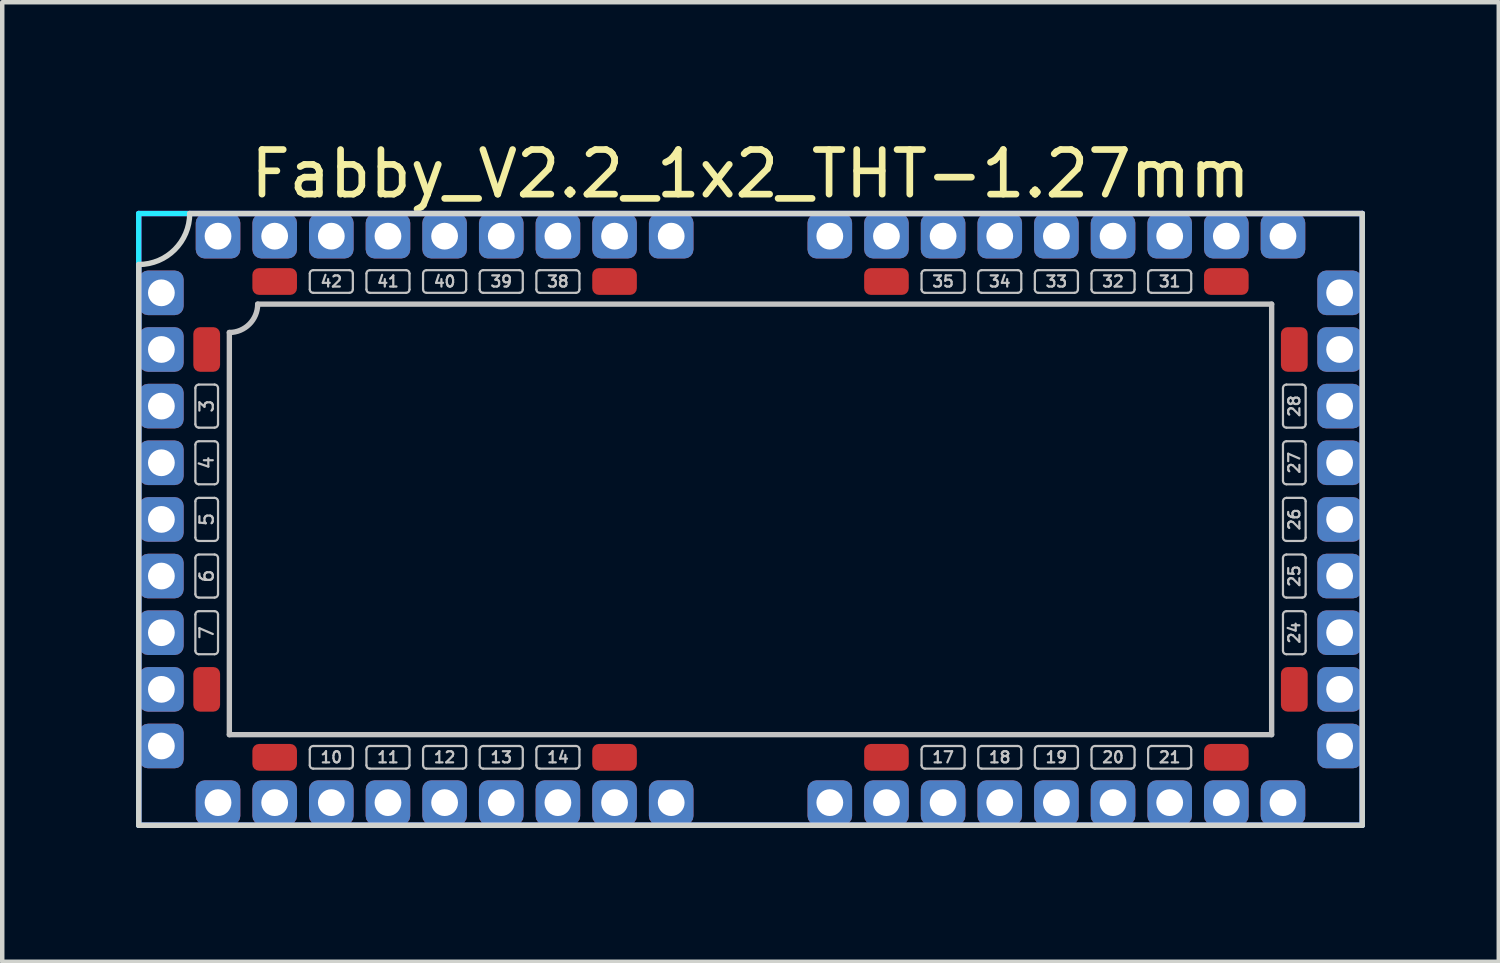
<source format=kicad_pcb>
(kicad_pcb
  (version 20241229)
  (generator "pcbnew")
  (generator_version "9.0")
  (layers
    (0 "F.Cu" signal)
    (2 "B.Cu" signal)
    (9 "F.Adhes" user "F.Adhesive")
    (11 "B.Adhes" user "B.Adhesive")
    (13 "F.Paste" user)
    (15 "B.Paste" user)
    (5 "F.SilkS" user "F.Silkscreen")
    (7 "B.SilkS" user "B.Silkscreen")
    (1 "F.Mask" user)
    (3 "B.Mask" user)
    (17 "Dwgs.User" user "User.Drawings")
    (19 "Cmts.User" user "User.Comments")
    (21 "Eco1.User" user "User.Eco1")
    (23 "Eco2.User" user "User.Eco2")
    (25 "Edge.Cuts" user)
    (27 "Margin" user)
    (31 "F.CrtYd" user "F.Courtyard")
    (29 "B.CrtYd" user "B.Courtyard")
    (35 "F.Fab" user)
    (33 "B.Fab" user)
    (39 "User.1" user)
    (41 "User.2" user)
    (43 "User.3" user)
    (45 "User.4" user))
  (footprint "Fabby_V2.2_1x2_THT-1.27mm"
    (layer "F.Cu")
    (at 13.776 8.595)
    (property "Reference" "Fabby_V2.2_1x2_THT-1.27mm" (at 0 -7.747 0) (layer "F.SilkS") (effects (font (size 1 1) (thickness 0.15))))
    (attr through_hole)
    (fp_line (start -12.446 -2.134) (end -12.446 -2.946) (stroke (width 0.05) (type solid)) (layer "Dwgs.User"))
    (fp_line (start -12.446 -0.864) (end -12.446 -1.676) (stroke (width 0.05) (type solid)) (layer "Dwgs.User"))
    (fp_line (start -12.446 0.406) (end -12.446 -0.406) (stroke (width 0.05) (type solid)) (layer "Dwgs.User"))
    (fp_line (start -12.446 1.676) (end -12.446 0.864) (stroke (width 0.05) (type solid)) (layer "Dwgs.User"))
    (fp_line (start -12.446 2.946) (end -12.446 2.134) (stroke (width 0.05) (type solid)) (layer "Dwgs.User"))
    (fp_line (start -12.37 -3.023) (end -12.014 -3.023) (stroke (width 0.05) (type solid)) (layer "Dwgs.User"))
    (fp_line (start -12.37 -2.057) (end -12.014 -2.057) (stroke (width 0.05) (type solid)) (layer "Dwgs.User"))
    (fp_line (start -12.37 -1.753) (end -12.014 -1.753) (stroke (width 0.05) (type solid)) (layer "Dwgs.User"))
    (fp_line (start -12.37 -0.787) (end -12.014 -0.787) (stroke (width 0.05) (type solid)) (layer "Dwgs.User"))
    (fp_line (start -12.37 -0.483) (end -12.014 -0.483) (stroke (width 0.05) (type solid)) (layer "Dwgs.User"))
    (fp_line (start -12.37 0.483) (end -12.014 0.483) (stroke (width 0.05) (type solid)) (layer "Dwgs.User"))
    (fp_line (start -12.37 0.787) (end -12.014 0.787) (stroke (width 0.05) (type solid)) (layer "Dwgs.User"))
    (fp_line (start -12.37 1.753) (end -12.014 1.753) (stroke (width 0.05) (type solid)) (layer "Dwgs.User"))
    (fp_line (start -12.37 2.057) (end -12.014 2.057) (stroke (width 0.05) (type solid)) (layer "Dwgs.User"))
    (fp_line (start -12.37 3.023) (end -12.014 3.023) (stroke (width 0.05) (type solid)) (layer "Dwgs.User"))
    (fp_line (start -11.938 -2.134) (end -11.938 -2.946) (stroke (width 0.05) (type solid)) (layer "Dwgs.User"))
    (fp_line (start -11.938 -0.864) (end -11.938 -1.676) (stroke (width 0.05) (type solid)) (layer "Dwgs.User"))
    (fp_line (start -11.938 0.406) (end -11.938 -0.406) (stroke (width 0.05) (type solid)) (layer "Dwgs.User"))
    (fp_line (start -11.938 1.676) (end -11.938 0.864) (stroke (width 0.05) (type solid)) (layer "Dwgs.User"))
    (fp_line (start -11.938 2.946) (end -11.938 2.134) (stroke (width 0.05) (type solid)) (layer "Dwgs.User"))
    (fp_line (start -11.684 4.826) (end -11.684 -4.191) (stroke (width 0.12) (type solid)) (layer "Dwgs.User"))
    (fp_line (start -11.049 -4.826) (end 11.684 -4.826) (stroke (width 0.12) (type solid)) (layer "Dwgs.User"))
    (fp_line (start -9.881 -5.156) (end -9.881 -5.512) (stroke (width 0.05) (type solid)) (layer "Dwgs.User"))
    (fp_line (start -9.881 5.512) (end -9.881 5.156) (stroke (width 0.05) (type solid)) (layer "Dwgs.User"))
    (fp_line (start -8.992 -5.588) (end -9.804 -5.588) (stroke (width 0.05) (type solid)) (layer "Dwgs.User"))
    (fp_line (start -8.992 -5.08) (end -9.804 -5.08) (stroke (width 0.05) (type solid)) (layer "Dwgs.User"))
    (fp_line (start -8.992 5.08) (end -9.804 5.08) (stroke (width 0.05) (type solid)) (layer "Dwgs.User"))
    (fp_line (start -8.992 5.588) (end -9.804 5.588) (stroke (width 0.05) (type solid)) (layer "Dwgs.User"))
    (fp_line (start -8.915 -5.156) (end -8.915 -5.512) (stroke (width 0.05) (type solid)) (layer "Dwgs.User"))
    (fp_line (start -8.915 5.512) (end -8.915 5.156) (stroke (width 0.05) (type solid)) (layer "Dwgs.User"))
    (fp_line (start -8.611 -5.156) (end -8.611 -5.512) (stroke (width 0.05) (type solid)) (layer "Dwgs.User"))
    (fp_line (start -8.611 5.512) (end -8.611 5.156) (stroke (width 0.05) (type solid)) (layer "Dwgs.User"))
    (fp_line (start -7.722 -5.588) (end -8.534 -5.588) (stroke (width 0.05) (type solid)) (layer "Dwgs.User"))
    (fp_line (start -7.722 -5.08) (end -8.534 -5.08) (stroke (width 0.05) (type solid)) (layer "Dwgs.User"))
    (fp_line (start -7.722 5.08) (end -8.534 5.08) (stroke (width 0.05) (type solid)) (layer "Dwgs.User"))
    (fp_line (start -7.722 5.588) (end -8.534 5.588) (stroke (width 0.05) (type solid)) (layer "Dwgs.User"))
    (fp_line (start -7.645 -5.156) (end -7.645 -5.512) (stroke (width 0.05) (type solid)) (layer "Dwgs.User"))
    (fp_line (start -7.645 5.512) (end -7.645 5.156) (stroke (width 0.05) (type solid)) (layer "Dwgs.User"))
    (fp_line (start -7.341 -5.156) (end -7.341 -5.512) (stroke (width 0.05) (type solid)) (layer "Dwgs.User"))
    (fp_line (start -7.341 5.512) (end -7.341 5.156) (stroke (width 0.05) (type solid)) (layer "Dwgs.User"))
    (fp_line (start -6.452 -5.588) (end -7.264 -5.588) (stroke (width 0.05) (type solid)) (layer "Dwgs.User"))
    (fp_line (start -6.452 -5.08) (end -7.264 -5.08) (stroke (width 0.05) (type solid)) (layer "Dwgs.User"))
    (fp_line (start -6.452 5.08) (end -7.264 5.08) (stroke (width 0.05) (type solid)) (layer "Dwgs.User"))
    (fp_line (start -6.452 5.588) (end -7.264 5.588) (stroke (width 0.05) (type solid)) (layer "Dwgs.User"))
    (fp_line (start -6.375 -5.156) (end -6.375 -5.512) (stroke (width 0.05) (type solid)) (layer "Dwgs.User"))
    (fp_line (start -6.375 5.512) (end -6.375 5.156) (stroke (width 0.05) (type solid)) (layer "Dwgs.User"))
    (fp_line (start -6.071 -5.156) (end -6.071 -5.512) (stroke (width 0.05) (type solid)) (layer "Dwgs.User"))
    (fp_line (start -6.071 5.512) (end -6.071 5.156) (stroke (width 0.05) (type solid)) (layer "Dwgs.User"))
    (fp_line (start -5.182 -5.588) (end -5.994 -5.588) (stroke (width 0.05) (type solid)) (layer "Dwgs.User"))
    (fp_line (start -5.182 -5.08) (end -5.994 -5.08) (stroke (width 0.05) (type solid)) (layer "Dwgs.User"))
    (fp_line (start -5.182 5.08) (end -5.994 5.08) (stroke (width 0.05) (type solid)) (layer "Dwgs.User"))
    (fp_line (start -5.182 5.588) (end -5.994 5.588) (stroke (width 0.05) (type solid)) (layer "Dwgs.User"))
    (fp_line (start -5.105 -5.156) (end -5.105 -5.512) (stroke (width 0.05) (type solid)) (layer "Dwgs.User"))
    (fp_line (start -5.105 5.512) (end -5.105 5.156) (stroke (width 0.05) (type solid)) (layer "Dwgs.User"))
    (fp_line (start -4.801 -5.156) (end -4.801 -5.512) (stroke (width 0.05) (type solid)) (layer "Dwgs.User"))
    (fp_line (start -4.801 5.512) (end -4.801 5.156) (stroke (width 0.05) (type solid)) (layer "Dwgs.User"))
    (fp_line (start -3.912 -5.588) (end -4.724 -5.588) (stroke (width 0.05) (type solid)) (layer "Dwgs.User"))
    (fp_line (start -3.912 -5.08) (end -4.724 -5.08) (stroke (width 0.05) (type solid)) (layer "Dwgs.User"))
    (fp_line (start -3.912 5.08) (end -4.724 5.08) (stroke (width 0.05) (type solid)) (layer "Dwgs.User"))
    (fp_line (start -3.912 5.588) (end -4.724 5.588) (stroke (width 0.05) (type solid)) (layer "Dwgs.User"))
    (fp_line (start -3.835 -5.156) (end -3.835 -5.512) (stroke (width 0.05) (type solid)) (layer "Dwgs.User"))
    (fp_line (start -3.835 5.512) (end -3.835 5.156) (stroke (width 0.05) (type solid)) (layer "Dwgs.User"))
    (fp_line (start 3.835 -5.156) (end 3.835 -5.512) (stroke (width 0.05) (type solid)) (layer "Dwgs.User"))
    (fp_line (start 3.835 5.512) (end 3.835 5.156) (stroke (width 0.05) (type solid)) (layer "Dwgs.User"))
    (fp_line (start 4.724 -5.588) (end 3.912 -5.588) (stroke (width 0.05) (type solid)) (layer "Dwgs.User"))
    (fp_line (start 4.724 -5.08) (end 3.912 -5.08) (stroke (width 0.05) (type solid)) (layer "Dwgs.User"))
    (fp_line (start 4.724 5.08) (end 3.912 5.08) (stroke (width 0.05) (type solid)) (layer "Dwgs.User"))
    (fp_line (start 4.724 5.588) (end 3.912 5.588) (stroke (width 0.05) (type solid)) (layer "Dwgs.User"))
    (fp_line (start 4.801 -5.156) (end 4.801 -5.512) (stroke (width 0.05) (type solid)) (layer "Dwgs.User"))
    (fp_line (start 4.801 5.512) (end 4.801 5.156) (stroke (width 0.05) (type solid)) (layer "Dwgs.User"))
    (fp_line (start 5.105 -5.156) (end 5.105 -5.512) (stroke (width 0.05) (type solid)) (layer "Dwgs.User"))
    (fp_line (start 5.105 5.512) (end 5.105 5.156) (stroke (width 0.05) (type solid)) (layer "Dwgs.User"))
    (fp_line (start 5.994 -5.588) (end 5.182 -5.588) (stroke (width 0.05) (type solid)) (layer "Dwgs.User"))
    (fp_line (start 5.994 -5.08) (end 5.182 -5.08) (stroke (width 0.05) (type solid)) (layer "Dwgs.User"))
    (fp_line (start 5.994 5.08) (end 5.182 5.08) (stroke (width 0.05) (type solid)) (layer "Dwgs.User"))
    (fp_line (start 5.994 5.588) (end 5.182 5.588) (stroke (width 0.05) (type solid)) (layer "Dwgs.User"))
    (fp_line (start 6.071 -5.156) (end 6.071 -5.512) (stroke (width 0.05) (type solid)) (layer "Dwgs.User"))
    (fp_line (start 6.071 5.512) (end 6.071 5.156) (stroke (width 0.05) (type solid)) (layer "Dwgs.User"))
    (fp_line (start 6.375 -5.156) (end 6.375 -5.512) (stroke (width 0.05) (type solid)) (layer "Dwgs.User"))
    (fp_line (start 6.375 5.512) (end 6.375 5.156) (stroke (width 0.05) (type solid)) (layer "Dwgs.User"))
    (fp_line (start 7.264 -5.588) (end 6.452 -5.588) (stroke (width 0.05) (type solid)) (layer "Dwgs.User"))
    (fp_line (start 7.264 -5.08) (end 6.452 -5.08) (stroke (width 0.05) (type solid)) (layer "Dwgs.User"))
    (fp_line (start 7.264 5.08) (end 6.452 5.08) (stroke (width 0.05) (type solid)) (layer "Dwgs.User"))
    (fp_line (start 7.264 5.588) (end 6.452 5.588) (stroke (width 0.05) (type solid)) (layer "Dwgs.User"))
    (fp_line (start 7.341 -5.156) (end 7.341 -5.512) (stroke (width 0.05) (type solid)) (layer "Dwgs.User"))
    (fp_line (start 7.341 5.512) (end 7.341 5.156) (stroke (width 0.05) (type solid)) (layer "Dwgs.User"))
    (fp_line (start 7.645 -5.156) (end 7.645 -5.512) (stroke (width 0.05) (type solid)) (layer "Dwgs.User"))
    (fp_line (start 7.645 5.512) (end 7.645 5.156) (stroke (width 0.05) (type solid)) (layer "Dwgs.User"))
    (fp_line (start 8.534 -5.588) (end 7.722 -5.588) (stroke (width 0.05) (type solid)) (layer "Dwgs.User"))
    (fp_line (start 8.534 -5.08) (end 7.722 -5.08) (stroke (width 0.05) (type solid)) (layer "Dwgs.User"))
    (fp_line (start 8.534 5.08) (end 7.722 5.08) (stroke (width 0.05) (type solid)) (layer "Dwgs.User"))
    (fp_line (start 8.534 5.588) (end 7.722 5.588) (stroke (width 0.05) (type solid)) (layer "Dwgs.User"))
    (fp_line (start 8.611 -5.156) (end 8.611 -5.512) (stroke (width 0.05) (type solid)) (layer "Dwgs.User"))
    (fp_line (start 8.611 5.512) (end 8.611 5.156) (stroke (width 0.05) (type solid)) (layer "Dwgs.User"))
    (fp_line (start 8.915 -5.156) (end 8.915 -5.512) (stroke (width 0.05) (type solid)) (layer "Dwgs.User"))
    (fp_line (start 8.915 5.512) (end 8.915 5.156) (stroke (width 0.05) (type solid)) (layer "Dwgs.User"))
    (fp_line (start 9.804 -5.588) (end 8.992 -5.588) (stroke (width 0.05) (type solid)) (layer "Dwgs.User"))
    (fp_line (start 9.804 -5.08) (end 8.992 -5.08) (stroke (width 0.05) (type solid)) (layer "Dwgs.User"))
    (fp_line (start 9.804 5.08) (end 8.992 5.08) (stroke (width 0.05) (type solid)) (layer "Dwgs.User"))
    (fp_line (start 9.804 5.588) (end 8.992 5.588) (stroke (width 0.05) (type solid)) (layer "Dwgs.User"))
    (fp_line (start 9.881 -5.156) (end 9.881 -5.512) (stroke (width 0.05) (type solid)) (layer "Dwgs.User"))
    (fp_line (start 9.881 5.512) (end 9.881 5.156) (stroke (width 0.05) (type solid)) (layer "Dwgs.User"))
    (fp_line (start 11.684 -4.826) (end 11.684 4.826) (stroke (width 0.12) (type solid)) (layer "Dwgs.User"))
    (fp_line (start 11.684 4.826) (end -11.684 4.826) (stroke (width 0.12) (type solid)) (layer "Dwgs.User"))
    (fp_line (start 11.938 -2.134) (end 11.938 -2.946) (stroke (width 0.05) (type solid)) (layer "Dwgs.User"))
    (fp_line (start 11.938 -0.864) (end 11.938 -1.676) (stroke (width 0.05) (type solid)) (layer "Dwgs.User"))
    (fp_line (start 11.938 0.406) (end 11.938 -0.406) (stroke (width 0.05) (type solid)) (layer "Dwgs.User"))
    (fp_line (start 11.938 1.676) (end 11.938 0.864) (stroke (width 0.05) (type solid)) (layer "Dwgs.User"))
    (fp_line (start 11.938 2.946) (end 11.938 2.134) (stroke (width 0.05) (type solid)) (layer "Dwgs.User"))
    (fp_line (start 12.014 -3.023) (end 12.37 -3.023) (stroke (width 0.05) (type solid)) (layer "Dwgs.User"))
    (fp_line (start 12.014 -2.057) (end 12.37 -2.057) (stroke (width 0.05) (type solid)) (layer "Dwgs.User"))
    (fp_line (start 12.014 -1.753) (end 12.37 -1.753) (stroke (width 0.05) (type solid)) (layer "Dwgs.User"))
    (fp_line (start 12.014 -0.787) (end 12.37 -0.787) (stroke (width 0.05) (type solid)) (layer "Dwgs.User"))
    (fp_line (start 12.014 -0.483) (end 12.37 -0.483) (stroke (width 0.05) (type solid)) (layer "Dwgs.User"))
    (fp_line (start 12.014 0.483) (end 12.37 0.483) (stroke (width 0.05) (type solid)) (layer "Dwgs.User"))
    (fp_line (start 12.014 0.787) (end 12.37 0.787) (stroke (width 0.05) (type solid)) (layer "Dwgs.User"))
    (fp_line (start 12.014 1.753) (end 12.37 1.753) (stroke (width 0.05) (type solid)) (layer "Dwgs.User"))
    (fp_line (start 12.014 2.057) (end 12.37 2.057) (stroke (width 0.05) (type solid)) (layer "Dwgs.User"))
    (fp_line (start 12.014 3.023) (end 12.37 3.023) (stroke (width 0.05) (type solid)) (layer "Dwgs.User"))
    (fp_line (start 12.446 -2.134) (end 12.446 -2.946) (stroke (width 0.05) (type solid)) (layer "Dwgs.User"))
    (fp_line (start 12.446 -0.864) (end 12.446 -1.676) (stroke (width 0.05) (type solid)) (layer "Dwgs.User"))
    (fp_line (start 12.446 0.406) (end 12.446 -0.406) (stroke (width 0.05) (type solid)) (layer "Dwgs.User"))
    (fp_line (start 12.446 1.676) (end 12.446 0.864) (stroke (width 0.05) (type solid)) (layer "Dwgs.User"))
    (fp_line (start 12.446 2.946) (end 12.446 2.134) (stroke (width 0.05) (type solid)) (layer "Dwgs.User"))
    (fp_arc (start -12.446 -2.9464) (mid -12.423682 -3.000282) (end -12.3698 -3.0226) (stroke (width 0.05) (type solid)) (layer "Dwgs.User"))
    (fp_arc (start -12.446 -1.6764) (mid -12.423682 -1.730282) (end -12.3698 -1.7526) (stroke (width 0.05) (type solid)) (layer "Dwgs.User"))
    (fp_arc (start -12.446 -0.4064) (mid -12.423682 -0.460282) (end -12.3698 -0.4826) (stroke (width 0.05) (type solid)) (layer "Dwgs.User"))
    (fp_arc (start -12.446 0.8636) (mid -12.423682 0.809718) (end -12.3698 0.7874) (stroke (width 0.05) (type solid)) (layer "Dwgs.User"))
    (fp_arc (start -12.446 2.1336) (mid -12.423682 2.079718) (end -12.3698 2.0574) (stroke (width 0.05) (type solid)) (layer "Dwgs.User"))
    (fp_arc (start -12.3698 -2.0574) (mid -12.423682 -2.079718) (end -12.446 -2.1336) (stroke (width 0.05) (type solid)) (layer "Dwgs.User"))
    (fp_arc (start -12.3698 -0.7874) (mid -12.423682 -0.809718) (end -12.446 -0.8636) (stroke (width 0.05) (type solid)) (layer "Dwgs.User"))
    (fp_arc (start -12.3698 0.4826) (mid -12.423682 0.460282) (end -12.446 0.4064) (stroke (width 0.05) (type solid)) (layer "Dwgs.User"))
    (fp_arc (start -12.3698 1.7526) (mid -12.423682 1.730282) (end -12.446 1.6764) (stroke (width 0.05) (type solid)) (layer "Dwgs.User"))
    (fp_arc (start -12.3698 3.0226) (mid -12.423682 3.000282) (end -12.446 2.9464) (stroke (width 0.05) (type solid)) (layer "Dwgs.User"))
    (fp_arc (start -12.0142 -3.0226) (mid -11.960318 -3.000282) (end -11.938 -2.9464) (stroke (width 0.05) (type solid)) (layer "Dwgs.User"))
    (fp_arc (start -12.0142 -1.7526) (mid -11.960318 -1.730282) (end -11.938 -1.6764) (stroke (width 0.05) (type solid)) (layer "Dwgs.User"))
    (fp_arc (start -12.0142 -0.4826) (mid -11.960318 -0.460282) (end -11.938 -0.4064) (stroke (width 0.05) (type solid)) (layer "Dwgs.User"))
    (fp_arc (start -12.0142 0.7874) (mid -11.960318 0.809718) (end -11.938 0.8636) (stroke (width 0.05) (type solid)) (layer "Dwgs.User"))
    (fp_arc (start -12.0142 2.0574) (mid -11.960318 2.079718) (end -11.938 2.1336) (stroke (width 0.05) (type solid)) (layer "Dwgs.User"))
    (fp_arc (start -11.938 -2.1336) (mid -11.960318 -2.079718) (end -12.0142 -2.0574) (stroke (width 0.05) (type solid)) (layer "Dwgs.User"))
    (fp_arc (start -11.938 -0.8636) (mid -11.960318 -0.809718) (end -12.0142 -0.7874) (stroke (width 0.05) (type solid)) (layer "Dwgs.User"))
    (fp_arc (start -11.938 0.4064) (mid -11.960318 0.460282) (end -12.0142 0.4826) (stroke (width 0.05) (type solid)) (layer "Dwgs.User"))
    (fp_arc (start -11.938 1.6764) (mid -11.960318 1.730282) (end -12.0142 1.7526) (stroke (width 0.05) (type solid)) (layer "Dwgs.User"))
    (fp_arc (start -11.938 2.9464) (mid -11.960318 3.000282) (end -12.0142 3.0226) (stroke (width 0.05) (type solid)) (layer "Dwgs.User"))
    (fp_arc (start -11.049 -4.826) (mid -11.234987 -4.376987) (end -11.684 -4.191) (stroke (width 0.12) (type solid)) (layer "Dwgs.User"))
    (fp_arc (start -9.8806 -5.5118) (mid -9.858282 -5.565682) (end -9.8044 -5.588) (stroke (width 0.05) (type solid)) (layer "Dwgs.User"))
    (fp_arc (start -9.8806 5.1562) (mid -9.858282 5.102318) (end -9.8044 5.08) (stroke (width 0.05) (type solid)) (layer "Dwgs.User"))
    (fp_arc (start -9.8044 -5.08) (mid -9.858282 -5.102318) (end -9.8806 -5.1562) (stroke (width 0.05) (type solid)) (layer "Dwgs.User"))
    (fp_arc (start -9.8044 5.588) (mid -9.858282 5.565682) (end -9.8806 5.5118) (stroke (width 0.05) (type solid)) (layer "Dwgs.User"))
    (fp_arc (start -8.9916 -5.588) (mid -8.937718 -5.565682) (end -8.9154 -5.5118) (stroke (width 0.05) (type solid)) (layer "Dwgs.User"))
    (fp_arc (start -8.9916 5.08) (mid -8.937718 5.102318) (end -8.9154 5.1562) (stroke (width 0.05) (type solid)) (layer "Dwgs.User"))
    (fp_arc (start -8.9154 -5.1562) (mid -8.937718 -5.102318) (end -8.9916 -5.08) (stroke (width 0.05) (type solid)) (layer "Dwgs.User"))
    (fp_arc (start -8.9154 5.5118) (mid -8.937718 5.565682) (end -8.9916 5.588) (stroke (width 0.05) (type solid)) (layer "Dwgs.User"))
    (fp_arc (start -8.6106 -5.5118) (mid -8.588282 -5.565682) (end -8.5344 -5.588) (stroke (width 0.05) (type solid)) (layer "Dwgs.User"))
    (fp_arc (start -8.6106 5.1562) (mid -8.588282 5.102318) (end -8.5344 5.08) (stroke (width 0.05) (type solid)) (layer "Dwgs.User"))
    (fp_arc (start -8.5344 -5.08) (mid -8.588282 -5.102318) (end -8.6106 -5.1562) (stroke (width 0.05) (type solid)) (layer "Dwgs.User"))
    (fp_arc (start -8.5344 5.588) (mid -8.588282 5.565682) (end -8.6106 5.5118) (stroke (width 0.05) (type solid)) (layer "Dwgs.User"))
    (fp_arc (start -7.7216 -5.588) (mid -7.667718 -5.565682) (end -7.6454 -5.5118) (stroke (width 0.05) (type solid)) (layer "Dwgs.User"))
    (fp_arc (start -7.7216 5.08) (mid -7.667718 5.102318) (end -7.6454 5.1562) (stroke (width 0.05) (type solid)) (layer "Dwgs.User"))
    (fp_arc (start -7.6454 -5.1562) (mid -7.667718 -5.102318) (end -7.7216 -5.08) (stroke (width 0.05) (type solid)) (layer "Dwgs.User"))
    (fp_arc (start -7.6454 5.5118) (mid -7.667718 5.565682) (end -7.7216 5.588) (stroke (width 0.05) (type solid)) (layer "Dwgs.User"))
    (fp_arc (start -7.3406 -5.5118) (mid -7.318282 -5.565682) (end -7.2644 -5.588) (stroke (width 0.05) (type solid)) (layer "Dwgs.User"))
    (fp_arc (start -7.3406 5.1562) (mid -7.318282 5.102318) (end -7.2644 5.08) (stroke (width 0.05) (type solid)) (layer "Dwgs.User"))
    (fp_arc (start -7.2644 -5.08) (mid -7.318282 -5.102318) (end -7.3406 -5.1562) (stroke (width 0.05) (type solid)) (layer "Dwgs.User"))
    (fp_arc (start -7.2644 5.588) (mid -7.318282 5.565682) (end -7.3406 5.5118) (stroke (width 0.05) (type solid)) (layer "Dwgs.User"))
    (fp_arc (start -6.4516 -5.588) (mid -6.397718 -5.565682) (end -6.3754 -5.5118) (stroke (width 0.05) (type solid)) (layer "Dwgs.User"))
    (fp_arc (start -6.4516 5.08) (mid -6.397718 5.102318) (end -6.3754 5.1562) (stroke (width 0.05) (type solid)) (layer "Dwgs.User"))
    (fp_arc (start -6.3754 -5.1562) (mid -6.397718 -5.102318) (end -6.4516 -5.08) (stroke (width 0.05) (type solid)) (layer "Dwgs.User"))
    (fp_arc (start -6.3754 5.5118) (mid -6.397718 5.565682) (end -6.4516 5.588) (stroke (width 0.05) (type solid)) (layer "Dwgs.User"))
    (fp_arc (start -6.0706 -5.5118) (mid -6.048282 -5.565682) (end -5.9944 -5.588) (stroke (width 0.05) (type solid)) (layer "Dwgs.User"))
    (fp_arc (start -6.0706 5.1562) (mid -6.048282 5.102318) (end -5.9944 5.08) (stroke (width 0.05) (type solid)) (layer "Dwgs.User"))
    (fp_arc (start -5.9944 -5.08) (mid -6.048282 -5.102318) (end -6.0706 -5.1562) (stroke (width 0.05) (type solid)) (layer "Dwgs.User"))
    (fp_arc (start -5.9944 5.588) (mid -6.048282 5.565682) (end -6.0706 5.5118) (stroke (width 0.05) (type solid)) (layer "Dwgs.User"))
    (fp_arc (start -5.1816 -5.588) (mid -5.127718 -5.565682) (end -5.1054 -5.5118) (stroke (width 0.05) (type solid)) (layer "Dwgs.User"))
    (fp_arc (start -5.1816 5.08) (mid -5.127718 5.102318) (end -5.1054 5.1562) (stroke (width 0.05) (type solid)) (layer "Dwgs.User"))
    (fp_arc (start -5.1054 -5.1562) (mid -5.127718 -5.102318) (end -5.1816 -5.08) (stroke (width 0.05) (type solid)) (layer "Dwgs.User"))
    (fp_arc (start -5.1054 5.5118) (mid -5.127718 5.565682) (end -5.1816 5.588) (stroke (width 0.05) (type solid)) (layer "Dwgs.User"))
    (fp_arc (start -4.8006 -5.5118) (mid -4.778282 -5.565682) (end -4.7244 -5.588) (stroke (width 0.05) (type solid)) (layer "Dwgs.User"))
    (fp_arc (start -4.8006 5.1562) (mid -4.778282 5.102318) (end -4.7244 5.08) (stroke (width 0.05) (type solid)) (layer "Dwgs.User"))
    (fp_arc (start -4.7244 -5.08) (mid -4.778282 -5.102318) (end -4.8006 -5.1562) (stroke (width 0.05) (type solid)) (layer "Dwgs.User"))
    (fp_arc (start -4.7244 5.588) (mid -4.778282 5.565682) (end -4.8006 5.5118) (stroke (width 0.05) (type solid)) (layer "Dwgs.User"))
    (fp_arc (start -3.9116 -5.588) (mid -3.857718 -5.565682) (end -3.8354 -5.5118) (stroke (width 0.05) (type solid)) (layer "Dwgs.User"))
    (fp_arc (start -3.9116 5.08) (mid -3.857718 5.102318) (end -3.8354 5.1562) (stroke (width 0.05) (type solid)) (layer "Dwgs.User"))
    (fp_arc (start -3.8354 -5.1562) (mid -3.857718 -5.102318) (end -3.9116 -5.08) (stroke (width 0.05) (type solid)) (layer "Dwgs.User"))
    (fp_arc (start -3.8354 5.5118) (mid -3.857718 5.565682) (end -3.9116 5.588) (stroke (width 0.05) (type solid)) (layer "Dwgs.User"))
    (fp_arc (start 3.8354 -5.5118) (mid 3.857718 -5.565682) (end 3.9116 -5.588) (stroke (width 0.05) (type solid)) (layer "Dwgs.User"))
    (fp_arc (start 3.8354 5.1562) (mid 3.857718 5.102318) (end 3.9116 5.08) (stroke (width 0.05) (type solid)) (layer "Dwgs.User"))
    (fp_arc (start 3.9116 -5.08) (mid 3.857718 -5.102318) (end 3.8354 -5.1562) (stroke (width 0.05) (type solid)) (layer "Dwgs.User"))
    (fp_arc (start 3.9116 5.588) (mid 3.857718 5.565682) (end 3.8354 5.5118) (stroke (width 0.05) (type solid)) (layer "Dwgs.User"))
    (fp_arc (start 4.7244 -5.588) (mid 4.778282 -5.565682) (end 4.8006 -5.5118) (stroke (width 0.05) (type solid)) (layer "Dwgs.User"))
    (fp_arc (start 4.7244 5.08) (mid 4.778282 5.102318) (end 4.8006 5.1562) (stroke (width 0.05) (type solid)) (layer "Dwgs.User"))
    (fp_arc (start 4.8006 -5.1562) (mid 4.778282 -5.102318) (end 4.7244 -5.08) (stroke (width 0.05) (type solid)) (layer "Dwgs.User"))
    (fp_arc (start 4.8006 5.5118) (mid 4.778282 5.565682) (end 4.7244 5.588) (stroke (width 0.05) (type solid)) (layer "Dwgs.User"))
    (fp_arc (start 5.1054 -5.5118) (mid 5.127718 -5.565682) (end 5.1816 -5.588) (stroke (width 0.05) (type solid)) (layer "Dwgs.User"))
    (fp_arc (start 5.1054 5.1562) (mid 5.127718 5.102318) (end 5.1816 5.08) (stroke (width 0.05) (type solid)) (layer "Dwgs.User"))
    (fp_arc (start 5.1816 -5.08) (mid 5.127718 -5.102318) (end 5.1054 -5.1562) (stroke (width 0.05) (type solid)) (layer "Dwgs.User"))
    (fp_arc (start 5.1816 5.588) (mid 5.127718 5.565682) (end 5.1054 5.5118) (stroke (width 0.05) (type solid)) (layer "Dwgs.User"))
    (fp_arc (start 5.9944 -5.588) (mid 6.048282 -5.565682) (end 6.0706 -5.5118) (stroke (width 0.05) (type solid)) (layer "Dwgs.User"))
    (fp_arc (start 5.9944 5.08) (mid 6.048282 5.102318) (end 6.0706 5.1562) (stroke (width 0.05) (type solid)) (layer "Dwgs.User"))
    (fp_arc (start 6.0706 -5.1562) (mid 6.048282 -5.102318) (end 5.9944 -5.08) (stroke (width 0.05) (type solid)) (layer "Dwgs.User"))
    (fp_arc (start 6.0706 5.5118) (mid 6.048282 5.565682) (end 5.9944 5.588) (stroke (width 0.05) (type solid)) (layer "Dwgs.User"))
    (fp_arc (start 6.3754 -5.5118) (mid 6.397718 -5.565682) (end 6.4516 -5.588) (stroke (width 0.05) (type solid)) (layer "Dwgs.User"))
    (fp_arc (start 6.3754 5.1562) (mid 6.397718 5.102318) (end 6.4516 5.08) (stroke (width 0.05) (type solid)) (layer "Dwgs.User"))
    (fp_arc (start 6.4516 -5.08) (mid 6.397718 -5.102318) (end 6.3754 -5.1562) (stroke (width 0.05) (type solid)) (layer "Dwgs.User"))
    (fp_arc (start 6.4516 5.588) (mid 6.397718 5.565682) (end 6.3754 5.5118) (stroke (width 0.05) (type solid)) (layer "Dwgs.User"))
    (fp_arc (start 7.2644 -5.588) (mid 7.318282 -5.565682) (end 7.3406 -5.5118) (stroke (width 0.05) (type solid)) (layer "Dwgs.User"))
    (fp_arc (start 7.2644 5.08) (mid 7.318282 5.102318) (end 7.3406 5.1562) (stroke (width 0.05) (type solid)) (layer "Dwgs.User"))
    (fp_arc (start 7.3406 -5.1562) (mid 7.318282 -5.102318) (end 7.2644 -5.08) (stroke (width 0.05) (type solid)) (layer "Dwgs.User"))
    (fp_arc (start 7.3406 5.5118) (mid 7.318282 5.565682) (end 7.2644 5.588) (stroke (width 0.05) (type solid)) (layer "Dwgs.User"))
    (fp_arc (start 7.6454 -5.5118) (mid 7.667718 -5.565682) (end 7.7216 -5.588) (stroke (width 0.05) (type solid)) (layer "Dwgs.User"))
    (fp_arc (start 7.6454 5.1562) (mid 7.667718 5.102318) (end 7.7216 5.08) (stroke (width 0.05) (type solid)) (layer "Dwgs.User"))
    (fp_arc (start 7.7216 -5.08) (mid 7.667718 -5.102318) (end 7.6454 -5.1562) (stroke (width 0.05) (type solid)) (layer "Dwgs.User"))
    (fp_arc (start 7.7216 5.588) (mid 7.667718 5.565682) (end 7.6454 5.5118) (stroke (width 0.05) (type solid)) (layer "Dwgs.User"))
    (fp_arc (start 8.5344 -5.588) (mid 8.588282 -5.565682) (end 8.6106 -5.5118) (stroke (width 0.05) (type solid)) (layer "Dwgs.User"))
    (fp_arc (start 8.5344 5.08) (mid 8.588282 5.102318) (end 8.6106 5.1562) (stroke (width 0.05) (type solid)) (layer "Dwgs.User"))
    (fp_arc (start 8.6106 -5.1562) (mid 8.588282 -5.102318) (end 8.5344 -5.08) (stroke (width 0.05) (type solid)) (layer "Dwgs.User"))
    (fp_arc (start 8.6106 5.5118) (mid 8.588282 5.565682) (end 8.5344 5.588) (stroke (width 0.05) (type solid)) (layer "Dwgs.User"))
    (fp_arc (start 8.9154 -5.5118) (mid 8.937718 -5.565682) (end 8.9916 -5.588) (stroke (width 0.05) (type solid)) (layer "Dwgs.User"))
    (fp_arc (start 8.9154 5.1562) (mid 8.937718 5.102318) (end 8.9916 5.08) (stroke (width 0.05) (type solid)) (layer "Dwgs.User"))
    (fp_arc (start 8.9916 -5.08) (mid 8.937718 -5.102318) (end 8.9154 -5.1562) (stroke (width 0.05) (type solid)) (layer "Dwgs.User"))
    (fp_arc (start 8.9916 5.588) (mid 8.937718 5.565682) (end 8.9154 5.5118) (stroke (width 0.05) (type solid)) (layer "Dwgs.User"))
    (fp_arc (start 9.8044 -5.588) (mid 9.858282 -5.565682) (end 9.8806 -5.5118) (stroke (width 0.05) (type solid)) (layer "Dwgs.User"))
    (fp_arc (start 9.8044 5.08) (mid 9.858282 5.102318) (end 9.8806 5.1562) (stroke (width 0.05) (type solid)) (layer "Dwgs.User"))
    (fp_arc (start 9.8806 -5.1562) (mid 9.858282 -5.102318) (end 9.8044 -5.08) (stroke (width 0.05) (type solid)) (layer "Dwgs.User"))
    (fp_arc (start 9.8806 5.5118) (mid 9.858282 5.565682) (end 9.8044 5.588) (stroke (width 0.05) (type solid)) (layer "Dwgs.User"))
    (fp_arc (start 11.938 -2.9464) (mid 11.960318 -3.000282) (end 12.0142 -3.0226) (stroke (width 0.05) (type solid)) (layer "Dwgs.User"))
    (fp_arc (start 11.938 -1.6764) (mid 11.960318 -1.730282) (end 12.0142 -1.7526) (stroke (width 0.05) (type solid)) (layer "Dwgs.User"))
    (fp_arc (start 11.938 -0.4064) (mid 11.960318 -0.460282) (end 12.0142 -0.4826) (stroke (width 0.05) (type solid)) (layer "Dwgs.User"))
    (fp_arc (start 11.938 0.8636) (mid 11.960318 0.809718) (end 12.0142 0.7874) (stroke (width 0.05) (type solid)) (layer "Dwgs.User"))
    (fp_arc (start 11.938 2.1336) (mid 11.960318 2.079718) (end 12.0142 2.0574) (stroke (width 0.05) (type solid)) (layer "Dwgs.User"))
    (fp_arc (start 12.0142 -2.0574) (mid 11.960318 -2.079718) (end 11.938 -2.1336) (stroke (width 0.05) (type solid)) (layer "Dwgs.User"))
    (fp_arc (start 12.0142 -0.7874) (mid 11.960318 -0.809718) (end 11.938 -0.8636) (stroke (width 0.05) (type solid)) (layer "Dwgs.User"))
    (fp_arc (start 12.0142 0.4826) (mid 11.960318 0.460282) (end 11.938 0.4064) (stroke (width 0.05) (type solid)) (layer "Dwgs.User"))
    (fp_arc (start 12.0142 1.7526) (mid 11.960318 1.730282) (end 11.938 1.6764) (stroke (width 0.05) (type solid)) (layer "Dwgs.User"))
    (fp_arc (start 12.0142 3.0226) (mid 11.960318 3.000282) (end 11.938 2.9464) (stroke (width 0.05) (type solid)) (layer "Dwgs.User"))
    (fp_arc (start 12.3698 -3.0226) (mid 12.423682 -3.000282) (end 12.446 -2.9464) (stroke (width 0.05) (type solid)) (layer "Dwgs.User"))
    (fp_arc (start 12.3698 -1.7526) (mid 12.423682 -1.730282) (end 12.446 -1.6764) (stroke (width 0.05) (type solid)) (layer "Dwgs.User"))
    (fp_arc (start 12.3698 -0.4826) (mid 12.423682 -0.460282) (end 12.446 -0.4064) (stroke (width 0.05) (type solid)) (layer "Dwgs.User"))
    (fp_arc (start 12.3698 0.7874) (mid 12.423682 0.809718) (end 12.446 0.8636) (stroke (width 0.05) (type solid)) (layer "Dwgs.User"))
    (fp_arc (start 12.3698 2.0574) (mid 12.423682 2.079718) (end 12.446 2.1336) (stroke (width 0.05) (type solid)) (layer "Dwgs.User"))
    (fp_arc (start 12.446 -2.1336) (mid 12.423682 -2.079718) (end 12.3698 -2.0574) (stroke (width 0.05) (type solid)) (layer "Dwgs.User"))
    (fp_arc (start 12.446 -0.8636) (mid 12.423682 -0.809718) (end 12.3698 -0.7874) (stroke (width 0.05) (type solid)) (layer "Dwgs.User"))
    (fp_arc (start 12.446 0.4064) (mid 12.423682 0.460282) (end 12.3698 0.4826) (stroke (width 0.05) (type solid)) (layer "Dwgs.User"))
    (fp_arc (start 12.446 1.6764) (mid 12.423682 1.730282) (end 12.3698 1.7526) (stroke (width 0.05) (type solid)) (layer "Dwgs.User"))
    (fp_arc (start 12.446 2.9464) (mid 12.423682 3.000282) (end 12.3698 3.0226) (stroke (width 0.05) (type solid)) (layer "Dwgs.User"))
    (fp_line (start -13.716 -5.715) (end -13.716 6.858) (stroke (width 0.12) (type solid)) (layer "Edge.Cuts"))
    (fp_line (start -13.716 6.858) (end 13.716 6.858) (stroke (width 0.12) (type solid)) (layer "Edge.Cuts"))
    (fp_line (start -12.573 -6.858) (end 13.716 -6.858) (stroke (width 0.12) (type solid)) (layer "Edge.Cuts"))
    (fp_line (start 13.716 -6.858) (end 13.716 6.858) (stroke (width 0.12) (type solid)) (layer "Edge.Cuts"))
    (fp_arc (start -12.573 -6.858) (mid -12.907777 -6.049777) (end -13.716 -5.715) (stroke (width 0.12) (type solid)) (layer "Edge.Cuts"))
    (fp_line (start -13.716 -6.858) (end 13.716 -6.858) (stroke (width 0.12) (type solid)) (layer "B.CrtYd"))
    (fp_line (start -13.716 6.858) (end -13.716 -6.858) (stroke (width 0.12) (type solid)) (layer "B.CrtYd"))
    (fp_line (start 13.716 -6.858) (end 13.716 6.858) (stroke (width 0.12) (type solid)) (layer "B.CrtYd"))
    (fp_line (start 13.716 6.858) (end -13.716 6.858) (stroke (width 0.12) (type solid)) (layer "B.CrtYd"))
    (fp_line (start -13.716 -6.858) (end 13.716 -6.858) (stroke (width 0.12) (type solid)) (layer "F.CrtYd"))
    (fp_line (start -13.716 6.858) (end -13.716 -6.858) (stroke (width 0.12) (type solid)) (layer "F.CrtYd"))
    (fp_line (start 13.716 -6.858) (end 13.716 6.858) (stroke (width 0.12) (type solid)) (layer "F.CrtYd"))
    (fp_line (start 13.716 6.858) (end -13.716 6.858) (stroke (width 0.12) (type solid)) (layer "F.CrtYd"))
    (fp_text user "26" (at 12.192 0 270) (layer "Dwgs.User") (effects (font (size 0.25 0.25) (thickness 0.05))))
    (fp_text user "27" (at 12.192 -1.27 270) (layer "Dwgs.User") (effects (font (size 0.25 0.25) (thickness 0.05))))
    (fp_text user "7" (at -12.192 2.54 90) (layer "Dwgs.User") (effects (font (size 0.3 0.3) (thickness 0.05))))
    (fp_text user "40" (at -6.858 -5.334 0) (layer "Dwgs.User") (effects (font (size 0.25 0.25) (thickness 0.05))))
    (fp_text user "39" (at -5.588 -5.334 0) (layer "Dwgs.User") (effects (font (size 0.25 0.25) (thickness 0.05))))
    (fp_text user "28" (at 12.192 -2.54 270) (layer "Dwgs.User") (effects (font (size 0.25 0.25) (thickness 0.05))))
    (fp_text user "6" (at -12.192 1.27 90) (layer "Dwgs.User") (effects (font (size 0.3 0.3) (thickness 0.05))))
    (fp_text user "17" (at 4.318 5.334 0) (layer "Dwgs.User") (effects (font (size 0.25 0.25) (thickness 0.05))))
    (fp_text user "5" (at -12.192 0 90) (layer "Dwgs.User") (effects (font (size 0.3 0.3) (thickness 0.05))))
    (fp_text user "12" (at -6.858 5.334 0) (layer "Dwgs.User") (effects (font (size 0.25 0.25) (thickness 0.05))))
    (fp_text user "25" (at 12.192 1.27 270) (layer "Dwgs.User") (effects (font (size 0.25 0.25) (thickness 0.05))))
    (fp_text user "32" (at 8.128 -5.334 0) (layer "Dwgs.User") (effects (font (size 0.25 0.25) (thickness 0.05))))
    (fp_text user "19" (at 6.858 5.334 0) (layer "Dwgs.User") (effects (font (size 0.25 0.25) (thickness 0.05))))
    (fp_text user "24" (at 12.192 2.54 270) (layer "Dwgs.User") (effects (font (size 0.25 0.25) (thickness 0.05))))
    (fp_text user "4" (at -12.192 -1.27 90) (layer "Dwgs.User") (effects (font (size 0.3 0.3) (thickness 0.05))))
    (fp_text user "42" (at -9.398 -5.334 0) (layer "Dwgs.User") (effects (font (size 0.25 0.25) (thickness 0.05))))
    (fp_text user "18" (at 5.588 5.334 0) (layer "Dwgs.User") (effects (font (size 0.25 0.25) (thickness 0.05))))
    (fp_text user "11" (at -8.128 5.334 0) (layer "Dwgs.User") (effects (font (size 0.25 0.25) (thickness 0.05))))
    (fp_text user "20" (at 8.128 5.334 0) (layer "Dwgs.User") (effects (font (size 0.25 0.25) (thickness 0.05))))
    (fp_text user "34" (at 5.588 -5.334 0) (layer "Dwgs.User") (effects (font (size 0.25 0.25) (thickness 0.05))))
    (fp_text user "14" (at -4.318 5.334 0) (layer "Dwgs.User") (effects (font (size 0.25 0.25) (thickness 0.05))))
    (fp_text user "31" (at 9.398 -5.334 0) (layer "Dwgs.User") (effects (font (size 0.25 0.25) (thickness 0.05))))
    (fp_text user "33" (at 6.858 -5.334 0) (layer "Dwgs.User") (effects (font (size 0.25 0.25) (thickness 0.05))))
    (fp_text user "13" (at -5.588 5.334 0) (layer "Dwgs.User") (effects (font (size 0.25 0.25) (thickness 0.05))))
    (fp_text user "21" (at 9.398 5.334 0) (layer "Dwgs.User") (effects (font (size 0.25 0.25) (thickness 0.05))))
    (fp_text user "41" (at -8.128 -5.334 0) (layer "Dwgs.User") (effects (font (size 0.25 0.25) (thickness 0.05))))
    (fp_text user "35" (at 4.318 -5.334 0) (layer "Dwgs.User") (effects (font (size 0.25 0.25) (thickness 0.05))))
    (fp_text user "38" (at -4.318 -5.334 0) (layer "Dwgs.User") (effects (font (size 0.25 0.25) (thickness 0.05))))
    (fp_text user "3" (at -12.192 -2.54 90) (layer "Dwgs.User") (effects (font (size 0.3 0.3) (thickness 0.05))))
    (fp_text user "10" (at -9.398 5.334 0) (layer "Dwgs.User") (effects (font (size 0.25 0.25) (thickness 0.05))))
    (pad "" thru_hole roundrect (at -13.208 -3.81 270) (size 1 1) (drill 0.6) (layers "*.Cu" "*.Mask") (roundrect_rratio 0.2))
    (pad "" thru_hole roundrect (at -13.208 3.81 270) (size 1 1) (drill 0.6) (layers "*.Cu" "*.Mask") (roundrect_rratio 0.2))
    (pad "" thru_hole roundrect (at -10.668 -6.35 270) (size 1 1) (drill 0.6) (layers "*.Cu" "*.Mask") (roundrect_rratio 0.2))
    (pad "" thru_hole roundrect (at -10.668 6.35 270) (size 1 1) (drill 0.6) (layers "*.Cu" "*.Mask") (roundrect_rratio 0.2))
    (pad "" thru_hole roundrect (at -3.048 -6.35 270) (size 1 1) (drill 0.6) (layers "*.Cu" "*.Mask") (roundrect_rratio 0.2))
    (pad "" thru_hole roundrect (at -3.048 6.35 270) (size 1 1) (drill 0.6) (layers "*.Cu" "*.Mask") (roundrect_rratio 0.2))
    (pad "" thru_hole roundrect (at 3.048 -6.35 270) (size 1 1) (drill 0.6) (layers "*.Cu" "*.Mask") (roundrect_rratio 0.2))
    (pad "" thru_hole roundrect (at 3.048 6.35 270) (size 1 1) (drill 0.6) (layers "*.Cu" "*.Mask") (roundrect_rratio 0.2))
    (pad "" thru_hole roundrect (at 10.668 -6.35 270) (size 1 1) (drill 0.6) (layers "*.Cu" "*.Mask") (roundrect_rratio 0.2))
    (pad "" thru_hole roundrect (at 10.668 6.35 270) (size 1 1) (drill 0.6) (layers "*.Cu" "*.Mask") (roundrect_rratio 0.2))
    (pad "" thru_hole roundrect (at 13.208 -3.81 270) (size 1 1) (drill 0.6) (layers "*.Cu" "*.Mask") (roundrect_rratio 0.2))
    (pad "" thru_hole roundrect (at 13.208 3.81 270) (size 1 1) (drill 0.6) (layers "*.Cu" "*.Mask") (roundrect_rratio 0.2))
    (pad "1" thru_hole roundrect (at -13.208 -5.08 270) (size 1 1) (drill 0.6) (layers "*.Cu" "*.Mask") (roundrect_rratio 0.2))
    (pad "1" thru_hole roundrect (at -13.208 5.08 270) (size 1 1) (drill 0.6) (layers "*.Cu" "*.Mask") (roundrect_rratio 0.2))
    (pad "1" thru_hole roundrect (at -11.938 -6.35 270) (size 1 1) (drill 0.6) (layers "*.Cu" "*.Mask") (roundrect_rratio 0.2))
    (pad "1" thru_hole roundrect (at -11.938 6.35 270) (size 1 1) (drill 0.6) (layers "*.Cu" "*.Mask") (roundrect_rratio 0.2))
    (pad "1" thru_hole roundrect (at -1.778 -6.35 270) (size 1 1) (drill 0.6) (layers "*.Cu" "*.Mask") (roundrect_rratio 0.2))
    (pad "1" thru_hole roundrect (at -1.778 6.35 270) (size 1 1) (drill 0.6) (layers "*.Cu" "*.Mask") (roundrect_rratio 0.2))
    (pad "1" thru_hole roundrect (at 1.778 -6.35 270) (size 1 1) (drill 0.6) (layers "*.Cu" "*.Mask") (roundrect_rratio 0.2))
    (pad "1" thru_hole roundrect (at 1.778 6.35 270) (size 1 1) (drill 0.6) (layers "*.Cu" "*.Mask") (roundrect_rratio 0.2))
    (pad "1" thru_hole roundrect (at 11.938 -6.35 270) (size 1 1) (drill 0.6) (layers "*.Cu" "*.Mask") (roundrect_rratio 0.2))
    (pad "1" thru_hole roundrect (at 11.938 6.35 270) (size 1 1) (drill 0.6) (layers "*.Cu" "*.Mask") (roundrect_rratio 0.2))
    (pad "1" thru_hole roundrect (at 13.208 -5.08 270) (size 1 1) (drill 0.6) (layers "*.Cu" "*.Mask") (roundrect_rratio 0.2))
    (pad "1" thru_hole roundrect (at 13.208 5.08 270) (size 1 1) (drill 0.6) (layers "*.Cu" "*.Mask") (roundrect_rratio 0.2))
    (pad "2" smd roundrect (at -12.192 -3.81) (size 0.6 1) (layers "F.Cu" "F.Mask" "F.Paste") (roundrect_rratio 0.25))
    (pad "3" thru_hole roundrect (at -13.208 -2.54 270) (size 1 1) (drill 0.6) (layers "*.Cu" "*.Mask") (roundrect_rratio 0.2))
    (pad "4" thru_hole roundrect (at -13.208 -1.27 270) (size 1 1) (drill 0.6) (layers "*.Cu" "*.Mask") (roundrect_rratio 0.2))
    (pad "5" thru_hole roundrect (at -13.208 0 270) (size 1 1) (drill 0.6) (layers "*.Cu" "*.Mask") (roundrect_rratio 0.2))
    (pad "6" thru_hole roundrect (at -13.208 1.27 270) (size 1 1) (drill 0.6) (layers "*.Cu" "*.Mask") (roundrect_rratio 0.2))
    (pad "7" thru_hole roundrect (at -13.208 2.54 270) (size 1 1) (drill 0.6) (layers "*.Cu" "*.Mask") (roundrect_rratio 0.2))
    (pad "8" smd roundrect (at -12.192 3.81) (size 0.6 1) (layers "F.Cu" "F.Mask" "F.Paste") (roundrect_rratio 0.25))
    (pad "9" smd roundrect (at -10.668 5.334 90) (size 0.6 1) (layers "F.Cu" "F.Mask" "F.Paste") (roundrect_rratio 0.25))
    (pad "10" thru_hole roundrect (at -9.398 6.35 270) (size 1 1) (drill 0.6) (layers "*.Cu" "*.Mask") (roundrect_rratio 0.2))
    (pad "11" thru_hole roundrect (at -8.128 6.35 270) (size 1 1) (drill 0.6) (layers "*.Cu" "*.Mask") (roundrect_rratio 0.2))
    (pad "12" thru_hole roundrect (at -6.858 6.35 270) (size 1 1) (drill 0.6) (layers "*.Cu" "*.Mask") (roundrect_rratio 0.2))
    (pad "13" thru_hole roundrect (at -5.588 6.35 270) (size 1 1) (drill 0.6) (layers "*.Cu" "*.Mask") (roundrect_rratio 0.2))
    (pad "14" thru_hole roundrect (at -4.318 6.35 270) (size 1 1) (drill 0.6) (layers "*.Cu" "*.Mask") (roundrect_rratio 0.2))
    (pad "15" smd roundrect (at -3.048 5.334 90) (size 0.6 1) (layers "F.Cu" "F.Mask" "F.Paste") (roundrect_rratio 0.25))
    (pad "16" smd roundrect (at 3.048 5.334 90) (size 0.6 1) (layers "F.Cu" "F.Mask" "F.Paste") (roundrect_rratio 0.25))
    (pad "17" thru_hole roundrect (at 4.318 6.35 270) (size 1 1) (drill 0.6) (layers "*.Cu" "*.Mask") (roundrect_rratio 0.2))
    (pad "18" thru_hole roundrect (at 5.588 6.35 270) (size 1 1) (drill 0.6) (layers "*.Cu" "*.Mask") (roundrect_rratio 0.2))
    (pad "19" thru_hole roundrect (at 6.858 6.35 270) (size 1 1) (drill 0.6) (layers "*.Cu" "*.Mask") (roundrect_rratio 0.2))
    (pad "20" thru_hole roundrect (at 8.128 6.35 270) (size 1 1) (drill 0.6) (layers "*.Cu" "*.Mask") (roundrect_rratio 0.2))
    (pad "21" thru_hole roundrect (at 9.398 6.35 270) (size 1 1) (drill 0.6) (layers "*.Cu" "*.Mask") (roundrect_rratio 0.2))
    (pad "22" smd roundrect (at 10.668 5.334 90) (size 0.6 1) (layers "F.Cu" "F.Mask" "F.Paste") (roundrect_rratio 0.25))
    (pad "23" smd roundrect (at 12.192 3.81 180) (size 0.6 1) (layers "F.Cu" "F.Mask" "F.Paste") (roundrect_rratio 0.25))
    (pad "24" thru_hole roundrect (at 13.208 2.54 270) (size 1 1) (drill 0.6) (layers "*.Cu" "*.Mask") (roundrect_rratio 0.2))
    (pad "25" thru_hole roundrect (at 13.208 1.27 270) (size 1 1) (drill 0.6) (layers "*.Cu" "*.Mask") (roundrect_rratio 0.2))
    (pad "26" thru_hole roundrect (at 13.208 0 270) (size 1 1) (drill 0.6) (layers "*.Cu" "*.Mask") (roundrect_rratio 0.2))
    (pad "27" thru_hole roundrect (at 13.208 -1.27 270) (size 1 1) (drill 0.6) (layers "*.Cu" "*.Mask") (roundrect_rratio 0.2))
    (pad "28" thru_hole roundrect (at 13.208 -2.54 270) (size 1 1) (drill 0.6) (layers "*.Cu" "*.Mask") (roundrect_rratio 0.2))
    (pad "29" smd roundrect (at 12.192 -3.81 180) (size 0.6 1) (layers "F.Cu" "F.Mask" "F.Paste") (roundrect_rratio 0.25))
    (pad "30" smd roundrect (at 10.668 -5.334 270) (size 0.6 1) (layers "F.Cu" "F.Mask" "F.Paste") (roundrect_rratio 0.25))
    (pad "31" thru_hole roundrect (at 9.398 -6.35 270) (size 1 1) (drill 0.6) (layers "*.Cu" "*.Mask") (roundrect_rratio 0.2))
    (pad "32" thru_hole roundrect (at 8.128 -6.35 270) (size 1 1) (drill 0.6) (layers "*.Cu" "*.Mask") (roundrect_rratio 0.2))
    (pad "33" thru_hole roundrect (at 6.858 -6.35 270) (size 1 1) (drill 0.6) (layers "*.Cu" "*.Mask") (roundrect_rratio 0.2))
    (pad "34" thru_hole roundrect (at 5.588 -6.35 270) (size 1 1) (drill 0.6) (layers "*.Cu" "*.Mask") (roundrect_rratio 0.2))
    (pad "35" thru_hole roundrect (at 4.318 -6.35 270) (size 1 1) (drill 0.6) (layers "*.Cu" "*.Mask") (roundrect_rratio 0.2))
    (pad "36" smd roundrect (at 3.048 -5.334 270) (size 0.6 1) (layers "F.Cu" "F.Mask" "F.Paste") (roundrect_rratio 0.25))
    (pad "37" smd roundrect (at -3.048 -5.334 270) (size 0.6 1) (layers "F.Cu" "F.Mask" "F.Paste") (roundrect_rratio 0.25))
    (pad "38" thru_hole roundrect (at -4.318 -6.35 270) (size 1 1) (drill 0.6) (layers "*.Cu" "*.Mask") (roundrect_rratio 0.2))
    (pad "39" thru_hole roundrect (at -5.588 -6.35 270) (size 1 1) (drill 0.6) (layers "*.Cu" "*.Mask") (roundrect_rratio 0.2))
    (pad "40" thru_hole roundrect (at -6.858 -6.35 270) (size 1 1) (drill 0.6) (layers "*.Cu" "*.Mask") (roundrect_rratio 0.2))
    (pad "41" thru_hole roundrect (at -8.128 -6.35 270) (size 1 1) (drill 0.6) (layers "*.Cu" "*.Mask") (roundrect_rratio 0.2))
    (pad "42" thru_hole roundrect (at -9.398 -6.35 270) (size 1 1) (drill 0.6) (layers "*.Cu" "*.Mask") (roundrect_rratio 0.2))
    (pad "43" smd roundrect (at -10.668 -5.334 270) (size 0.6 1) (layers "F.Cu" "F.Mask" "F.Paste") (roundrect_rratio 0.25)))
  (gr_rect
    (start -3 -3)
    (end 30.552 18.513)
    (stroke (width 0.1) (type default))
    (fill no)
    (layer "Edge.Cuts")))
</source>
